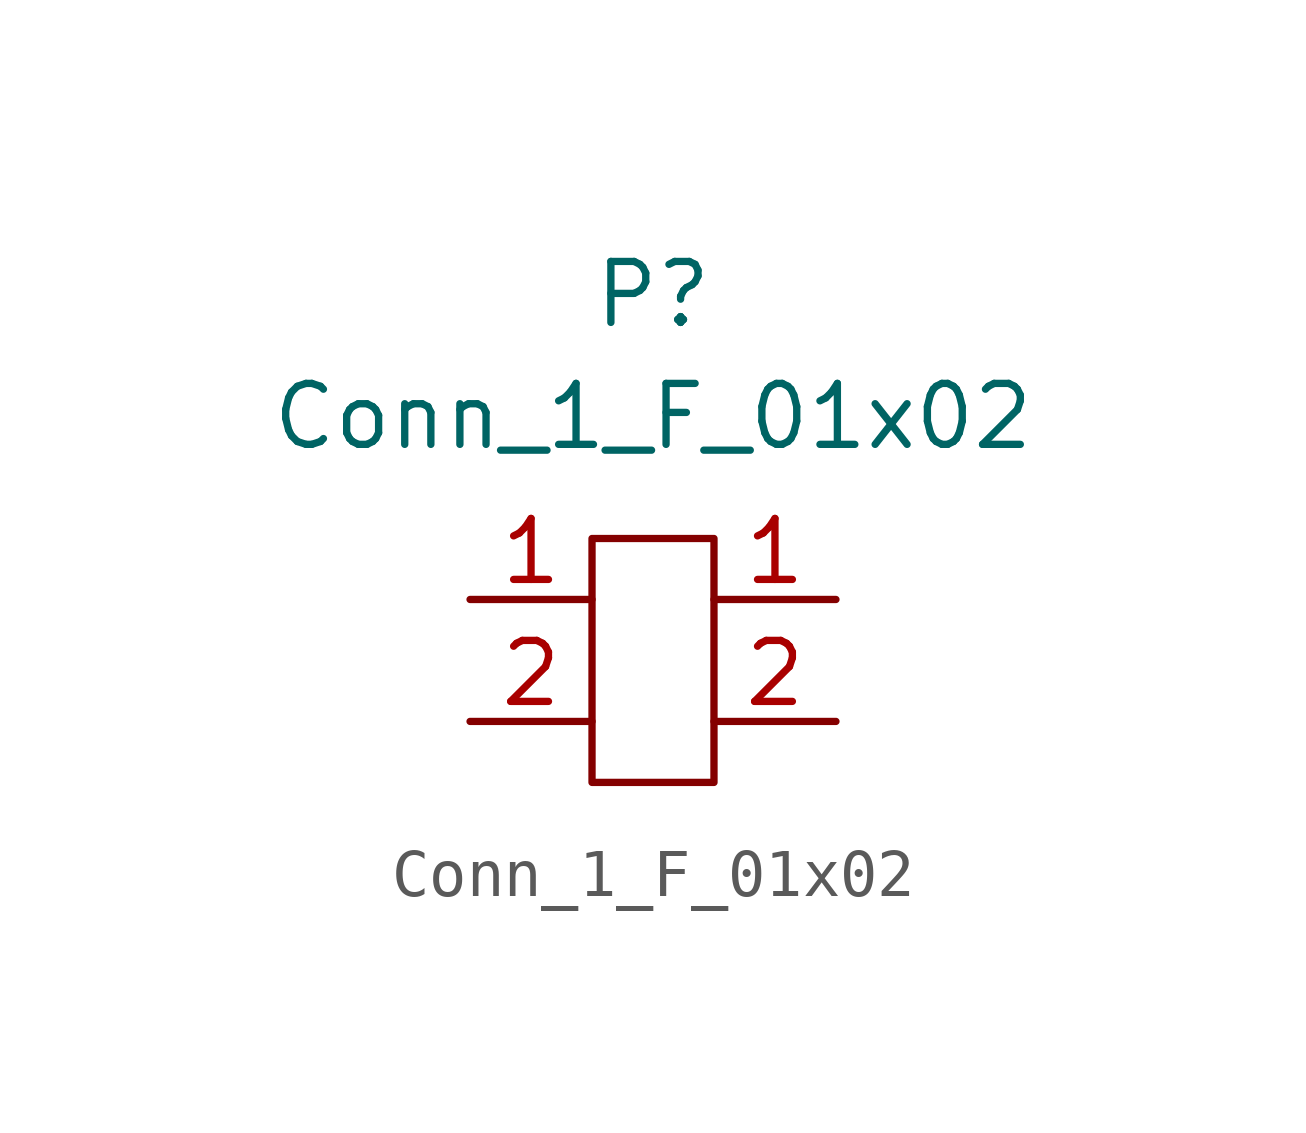
<source format=kicad_sym>
(kicad_symbol_lib
  (version 20211014)
  (generator kicad_symbol_editor)
  (symbol "Conn_1_F_01x02"
    (pin_names
      (offset 1.016))
    (property "Reference" "P"
      (at 0 7.62 0)
      (effects (font (size 1.27 1.27))))
    (property "Value" "Conn_1_F_01x02"
      (at 0 5.08 0)
      (effects (font (size 1.27 1.27))))
    (symbol "Conn_1_F_01x02_0_1"
      (rectangle (start -1.27 2.54) (end 1.27 -2.54) (stroke (width 0) (type default) (color 0 0 0 0)) (fill (type none))))
    (symbol "Conn_1_F_01x02_1_1"
      (pin unspecified line (at -3.81 1.27 0) (length 2.54) (name "~" (effects (font (size 1.27 1.27)))) (number "1" (effects (font (size 1.27 1.27)))))
      (pin unspecified line (at 3.81 1.27 180) (length 2.54) (name "~" (effects (font (size 1.27 1.27)))) (number "1" (effects (font (size 1.27 1.27)))))
      (pin unspecified line (at -3.81 -1.27 0) (length 2.54) (name "~" (effects (font (size 1.27 1.27)))) (number "2" (effects (font (size 1.27 1.27)))))
      (pin unspecified line (at 3.81 -1.27 180) (length 2.54) (name "~" (effects (font (size 1.27 1.27)))) (number "2" (effects (font (size 1.27 1.27))))))))
</source>
